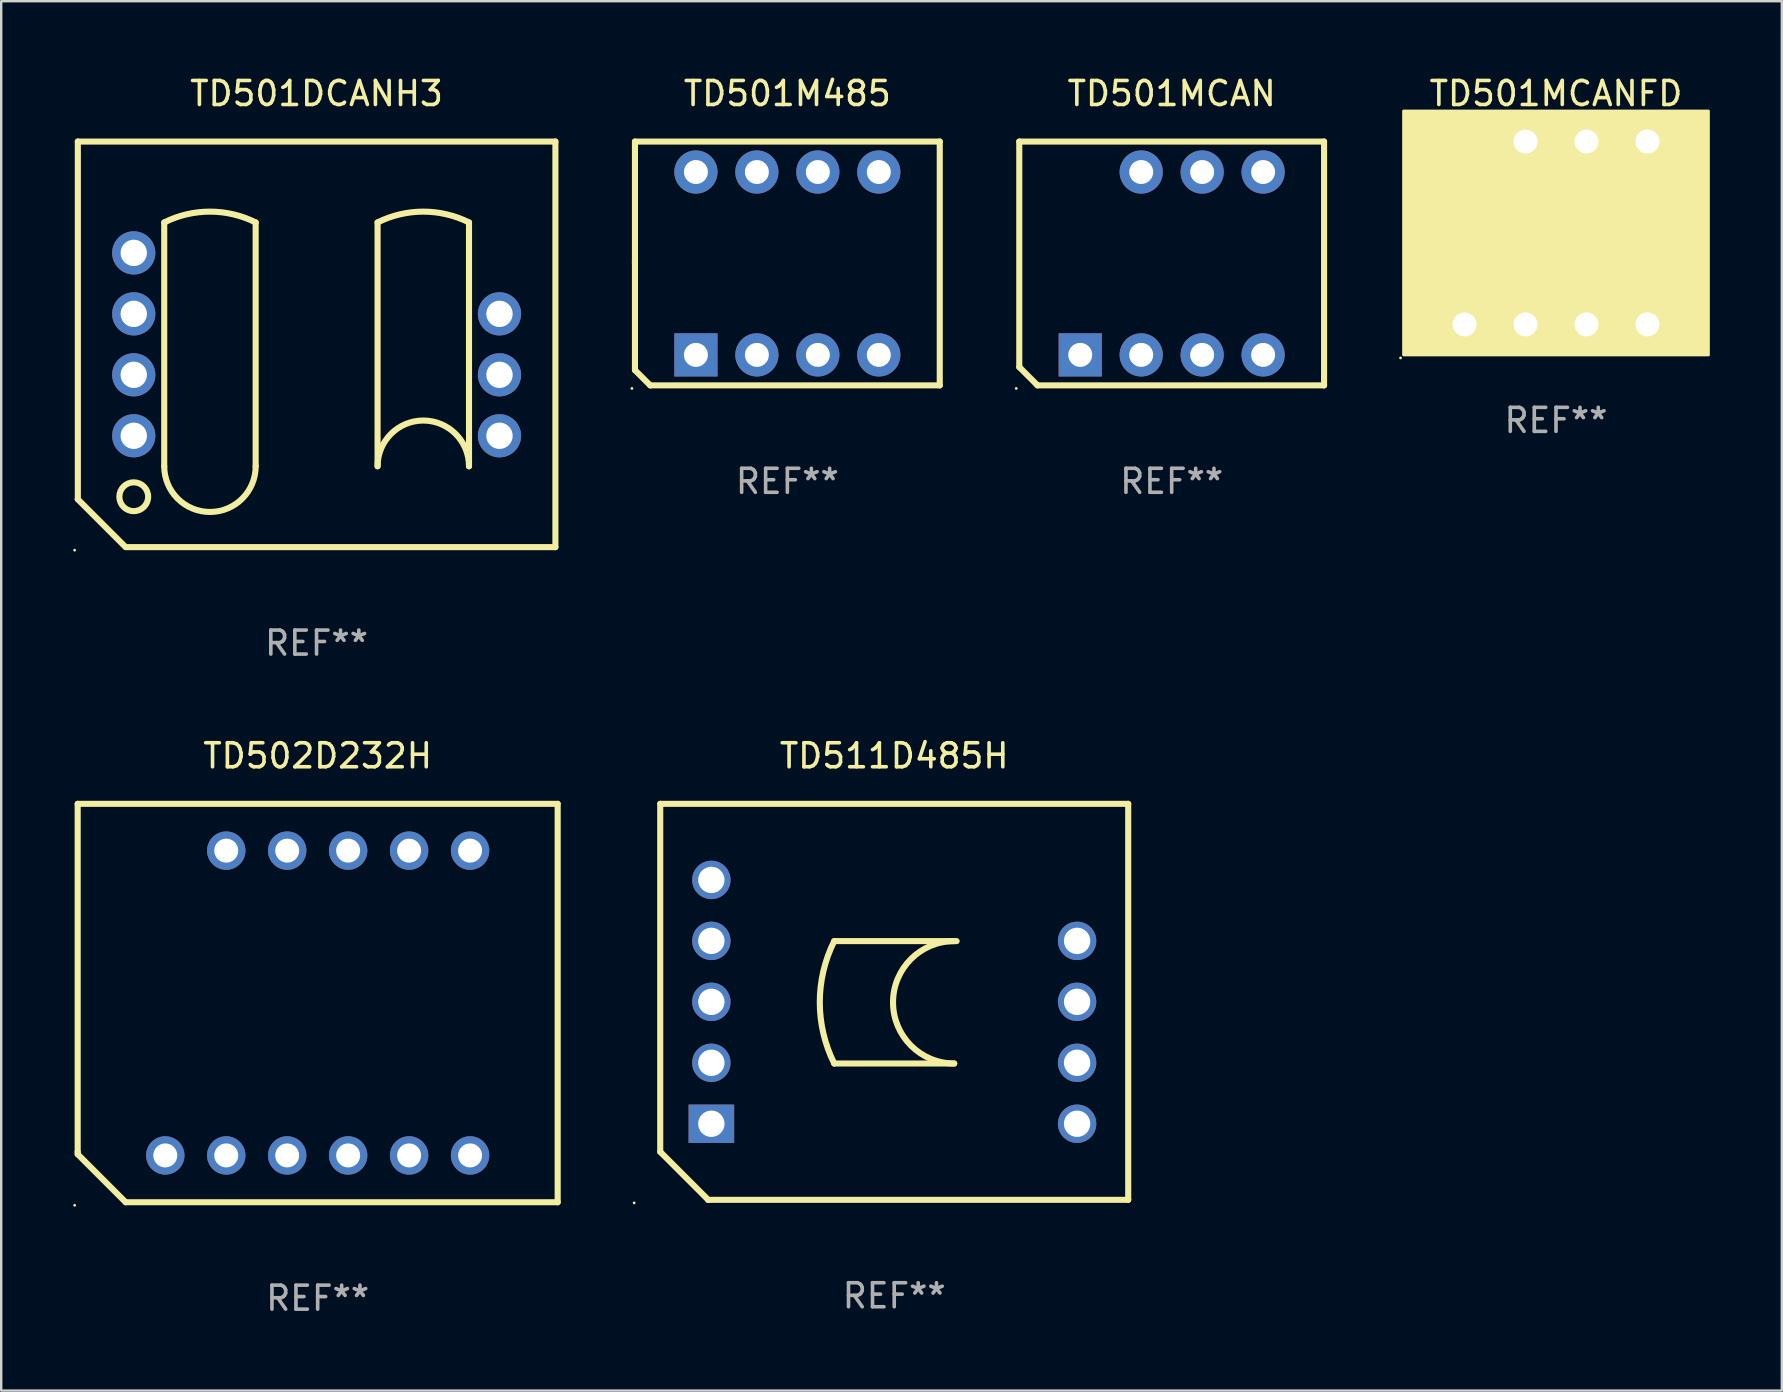
<source format=kicad_pcb>
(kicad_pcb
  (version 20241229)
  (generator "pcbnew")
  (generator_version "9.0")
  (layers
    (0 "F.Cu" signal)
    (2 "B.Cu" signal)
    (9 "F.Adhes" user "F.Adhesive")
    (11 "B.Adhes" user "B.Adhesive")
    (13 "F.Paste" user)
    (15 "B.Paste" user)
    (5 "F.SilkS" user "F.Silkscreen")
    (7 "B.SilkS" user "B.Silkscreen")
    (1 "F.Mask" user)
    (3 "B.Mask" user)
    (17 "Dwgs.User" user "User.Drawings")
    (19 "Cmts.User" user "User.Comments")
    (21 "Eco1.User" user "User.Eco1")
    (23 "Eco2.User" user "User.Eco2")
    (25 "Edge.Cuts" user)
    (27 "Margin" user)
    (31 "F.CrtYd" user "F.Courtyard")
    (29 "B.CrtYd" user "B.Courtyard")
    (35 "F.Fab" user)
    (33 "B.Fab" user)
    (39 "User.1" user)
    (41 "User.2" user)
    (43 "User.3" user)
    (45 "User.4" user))
  (footprint "TD511D485H"
    (layer "F.Cu")
    (at 34.211 38.695)
    (property "Reference" "TD511D485H" (at 0 -10.25 0) (layer "F.SilkS") (effects (font (size 1 1) (thickness 0.15))))
    (attr through_hole)
    (fp_line (start -9.75 -8.25) (end -9.75 6.25) (stroke (width 0.254) (type solid)) (layer "F.SilkS"))
    (fp_line (start -9.75 -8.25) (end 9.75 -8.25) (stroke (width 0.254) (type solid)) (layer "F.SilkS"))
    (fp_line (start -7.75 8.25) (end -9.75 6.25) (stroke (width 0.254) (type solid)) (layer "F.SilkS"))
    (fp_line (start -7.75 8.25) (end -7.75 8.25) (stroke (width 0.254) (type solid)) (layer "F.SilkS"))
    (fp_line (start -7.75 8.25) (end 9.75 8.25) (stroke (width 0.254) (type solid)) (layer "F.SilkS"))
    (fp_line (start -2.5 -2.53) (end 2.6 -2.53) (stroke (width 0.254) (type solid)) (layer "F.SilkS"))
    (fp_line (start -2.5 2.57) (end 2.5 2.57) (stroke (width 0.254) (type solid)) (layer "F.SilkS"))
    (fp_line (start 9.75 -8.25) (end 9.75 8.25) (stroke (width 0.254) (type solid)) (layer "F.SilkS"))
    (fp_arc (start -2.499365 2.570486) (mid -3.101612 0.020319) (end -2.5 -2.529997) (stroke (width 0.254001) (type solid)) (layer "F.SilkS"))
    (fp_arc (start 2.5 2.570003) (mid -0.049276 0.019761) (end 2.500636 -2.529845) (stroke (width 0.254001) (type solid)) (layer "F.SilkS"))
    (fp_circle (center -10.837 8.377) (end -10.807 8.377) (stroke (width 0.06) (type solid)) (fill no) (layer "F.SilkS"))
    (fp_text user "REF**" (at 0 12.25 0) (layer "F.Fab") (effects (font (size 1 1) (thickness 0.15))))
    (pad "1" thru_hole rect (at -7.62 5.08) (size 1.9 1.6) (drill 1.1) (layers "*.Cu" "*.Mask"))
    (pad "2" thru_hole circle (at -7.62 2.54) (size 1.6 1.6) (drill 1.1) (layers "*.Cu" "*.Mask"))
    (pad "3" thru_hole circle (at -7.62 0) (size 1.6 1.6) (drill 1.1) (layers "*.Cu" "*.Mask"))
    (pad "4" thru_hole circle (at -7.62 -2.54) (size 1.6 1.6) (drill 1.1) (layers "*.Cu" "*.Mask"))
    (pad "5" thru_hole circle (at -7.62 -5.08) (size 1.6 1.6) (drill 1.1) (layers "*.Cu" "*.Mask"))
    (pad "7" thru_hole circle (at 7.62 -2.54) (size 1.6 1.6) (drill 1.1) (layers "*.Cu" "*.Mask"))
    (pad "8" thru_hole circle (at 7.62 0) (size 1.6 1.6) (drill 1.1) (layers "*.Cu" "*.Mask"))
    (pad "9" thru_hole circle (at 7.62 2.54) (size 1.6 1.6) (drill 1.1) (layers "*.Cu" "*.Mask"))
    (pad "10" thru_hole circle (at 7.62 5.08) (size 1.6 1.6) (drill 1.1) (layers "*.Cu" "*.Mask")))
  (footprint "TD502D232H"
    (layer "F.Cu")
    (at 10.187 38.745)
    (property "Reference" "TD502D232H" (at 0 -10.3 0) (layer "F.SilkS") (effects (font (size 1 1) (thickness 0.15))))
    (attr through_hole)
    (fp_line (start -10 -8.3) (end -10 6.2) (stroke (width 0.254) (type solid)) (layer "F.SilkS"))
    (fp_line (start -10 -8.3) (end 10 -8.3) (stroke (width 0.254) (type solid)) (layer "F.SilkS"))
    (fp_line (start -10 6.2) (end -10 6.3) (stroke (width 0.254) (type solid)) (layer "F.SilkS"))
    (fp_line (start -10 6.3) (end -8 8.3) (stroke (width 0.254) (type solid)) (layer "F.SilkS"))
    (fp_line (start -8 8.3) (end 10 8.3) (stroke (width 0.254) (type solid)) (layer "F.SilkS"))
    (fp_line (start 10 -8.3) (end 10 8.3) (stroke (width 0.254) (type solid)) (layer "F.SilkS"))
    (fp_circle (center -10.127 8.427) (end -10.097 8.427) (stroke (width 0.06) (type solid)) (fill no) (layer "F.SilkS"))
    (fp_text user "REF**" (at 0 12.3 0) (layer "F.Fab") (effects (font (size 1 1) (thickness 0.15))))
    (pad "1" thru_hole circle (at -6.35 6.35) (size 1.6 1.6) (drill 1) (layers "*.Cu" "*.Mask"))
    (pad "2" thru_hole circle (at -3.81 6.35) (size 1.6 1.6) (drill 1) (layers "*.Cu" "*.Mask"))
    (pad "3" thru_hole circle (at -1.27 6.35) (size 1.6 1.6) (drill 1) (layers "*.Cu" "*.Mask"))
    (pad "4" thru_hole circle (at 1.27 6.35) (size 1.6 1.6) (drill 1) (layers "*.Cu" "*.Mask"))
    (pad "5" thru_hole circle (at 3.81 6.35) (size 1.6 1.6) (drill 1) (layers "*.Cu" "*.Mask"))
    (pad "6" thru_hole circle (at 6.35 6.35) (size 1.6 1.6) (drill 1) (layers "*.Cu" "*.Mask"))
    (pad "7" thru_hole circle (at 6.35 -6.35) (size 1.6 1.6) (drill 1) (layers "*.Cu" "*.Mask"))
    (pad "8" thru_hole circle (at 3.81 -6.35) (size 1.6 1.6) (drill 1) (layers "*.Cu" "*.Mask"))
    (pad "9" thru_hole circle (at 1.27 -6.35) (size 1.6 1.6) (drill 1) (layers "*.Cu" "*.Mask"))
    (pad "10" thru_hole circle (at -1.27 -6.35) (size 1.6 1.6) (drill 1) (layers "*.Cu" "*.Mask"))
    (pad "11" thru_hole circle (at -3.81 -6.35) (size 1.6 1.6) (drill 1) (layers "*.Cu" "*.Mask")))
  (footprint "TD501MCAN"
    (layer "F.Cu")
    (at 45.772 7.928)
    (property "Reference" "TD501MCAN" (at 0 -7.08 0) (layer "F.SilkS") (effects (font (size 1 1) (thickness 0.15))))
    (attr through_hole)
    (fp_line (start -6.35 -5.08) (end 6.35 -5.08) (stroke (width 0.254) (type solid)) (layer "F.SilkS"))
    (fp_line (start -6.35 4.318) (end -6.35 -5.08) (stroke (width 0.254) (type solid)) (layer "F.SilkS"))
    (fp_line (start -5.588 5.08) (end -6.35 4.318) (stroke (width 0.254) (type solid)) (layer "F.SilkS"))
    (fp_line (start 6.35 -5.08) (end 6.35 5.08) (stroke (width 0.254) (type solid)) (layer "F.SilkS"))
    (fp_line (start 6.35 5.08) (end -5.588 5.08) (stroke (width 0.254) (type solid)) (layer "F.SilkS"))
    (fp_circle (center -6.477 5.207) (end -6.447 5.207) (stroke (width 0.06) (type solid)) (fill no) (layer "F.SilkS"))
    (fp_text user "REF**" (at 0 9.08 0) (layer "F.Fab") (effects (font (size 1 1) (thickness 0.15))))
    (pad "1" thru_hole rect (at -3.81 3.81) (size 1.8 1.8) (drill 1) (layers "*.Cu" "*.Mask"))
    (pad "2" thru_hole circle (at -1.27 3.81) (size 1.8 1.8) (drill 1) (layers "*.Cu" "*.Mask"))
    (pad "3" thru_hole circle (at 1.27 3.81) (size 1.8 1.8) (drill 1) (layers "*.Cu" "*.Mask"))
    (pad "4" thru_hole circle (at 3.81 3.81) (size 1.8 1.8) (drill 1) (layers "*.Cu" "*.Mask"))
    (pad "5" thru_hole circle (at 3.81 -3.81) (size 1.8 1.8) (drill 1) (layers "*.Cu" "*.Mask"))
    (pad "6" thru_hole circle (at 1.27 -3.81) (size 1.8 1.8) (drill 1) (layers "*.Cu" "*.Mask"))
    (pad "7" thru_hole circle (at -1.27 -3.81) (size 1.8 1.8) (drill 1) (layers "*.Cu" "*.Mask")))
  (footprint "TD501M485"
    (layer "F.Cu")
    (at 29.758 7.928)
    (property "Reference" "TD501M485" (at 0 -7.08 0) (layer "F.SilkS") (effects (font (size 1 1) (thickness 0.15))))
    (attr through_hole)
    (fp_line (start -6.35 -5.08) (end 6.35 -5.08) (stroke (width 0.254) (type solid)) (layer "F.SilkS"))
    (fp_line (start -6.35 0) (end -6.35 -5.08) (stroke (width 0.254) (type solid)) (layer "F.SilkS"))
    (fp_line (start -6.35 4.445) (end -6.35 -0.167) (stroke (width 0.254) (type solid)) (layer "F.SilkS"))
    (fp_line (start -5.715 5.08) (end -6.35 4.445) (stroke (width 0.254) (type solid)) (layer "F.SilkS"))
    (fp_line (start 6.35 -5.08) (end 6.35 5.08) (stroke (width 0.254) (type solid)) (layer "F.SilkS"))
    (fp_line (start 6.35 5.08) (end -5.715 5.08) (stroke (width 0.254) (type solid)) (layer "F.SilkS"))
    (fp_circle (center -6.477 5.207) (end -6.447 5.207) (stroke (width 0.06) (type solid)) (fill no) (layer "F.SilkS"))
    (fp_text user "REF**" (at 0 9.08 0) (layer "F.Fab") (effects (font (size 1 1) (thickness 0.15))))
    (pad "1" thru_hole rect (at -3.81 3.81) (size 1.8 1.8) (drill 1) (layers "*.Cu" "*.Mask"))
    (pad "2" thru_hole circle (at -1.27 3.81) (size 1.8 1.8) (drill 1) (layers "*.Cu" "*.Mask"))
    (pad "3" thru_hole circle (at 1.27 3.81) (size 1.8 1.8) (drill 1) (layers "*.Cu" "*.Mask"))
    (pad "4" thru_hole circle (at 3.81 3.81) (size 1.8 1.8) (drill 1) (layers "*.Cu" "*.Mask"))
    (pad "5" thru_hole circle (at 3.81 -3.81) (size 1.8 1.8) (drill 1) (layers "*.Cu" "*.Mask"))
    (pad "6" thru_hole circle (at 1.27 -3.81) (size 1.8 1.8) (drill 1) (layers "*.Cu" "*.Mask"))
    (pad "7" thru_hole circle (at -1.27 -3.81) (size 1.8 1.8) (drill 1) (layers "*.Cu" "*.Mask"))
    (pad "8" thru_hole circle (at -3.81 -3.81) (size 1.8 1.8) (drill 1) (layers "*.Cu" "*.Mask")))
  (footprint "TD501MCANFD"
    (layer "F.Cu")
    (at 61.786 6.658)
    (property "Reference" "TD501MCANFD" (at 0 -5.81 0) (layer "F.SilkS") (effects (font (size 1 1) (thickness 0.15))))
    (attr through_hole)
    (fp_circle (center -6.477 5.207) (end -6.447 5.207) (stroke (width 0.06) (type solid)) (fill no) (layer "F.SilkS"))
    (fp_poly (pts (xy -6.35 -5.08) (xy 6.35 -5.08) (xy 6.35 5.08) (xy -6.35 5.08)) (stroke (width 0.12) (type solid)) (fill yes) (layer "F.SilkS"))
    (fp_text user "REF**" (at 0 7.81 0) (layer "F.Fab") (effects (font (size 1 1) (thickness 0.15))))
    (pad "1" thru_hole circle (at -3.81 3.81) (size 1.524 1.524) (drill 1) (layers "*.Cu" "*.Mask"))
    (pad "2" thru_hole circle (at -1.27 3.81) (size 1.524 1.524) (drill 1) (layers "*.Cu" "*.Mask"))
    (pad "3" thru_hole circle (at 1.27 3.81) (size 1.524 1.524) (drill 1) (layers "*.Cu" "*.Mask"))
    (pad "4" thru_hole circle (at 3.81 3.81) (size 1.524 1.524) (drill 1) (layers "*.Cu" "*.Mask"))
    (pad "5" thru_hole circle (at 3.81 -3.81) (size 1.524 1.524) (drill 1) (layers "*.Cu" "*.Mask"))
    (pad "6" thru_hole circle (at 1.27 -3.81) (size 1.524 1.524) (drill 1) (layers "*.Cu" "*.Mask"))
    (pad "7" thru_hole circle (at -1.27 -3.81) (size 1.524 1.524) (drill 1) (layers "*.Cu" "*.Mask")))
  (footprint "TD501DCANH3"
    (layer "F.Cu")
    (at 10.14 11.298)
    (property "Reference" "TD501DCANH3" (at 0 -10.45 0) (layer "F.SilkS") (effects (font (size 1 1) (thickness 0.15))))
    (attr through_hole)
    (fp_line (start -9.953 6.452) (end -7.972 8.433) (stroke (width 0.254) (type solid)) (layer "F.SilkS"))
    (fp_line (start -9.947 -8.45) (end -9.947 6.45) (stroke (width 0.254) (type solid)) (layer "F.SilkS"))
    (fp_line (start -9.947 -8.45) (end 9.953 -8.45) (stroke (width 0.254) (type solid)) (layer "F.SilkS"))
    (fp_line (start -7.947 8.45) (end 9.953 8.45) (stroke (width 0.254) (type solid)) (layer "F.SilkS"))
    (fp_line (start -6.347 -5.08) (end -6.347 5.08) (stroke (width 0.254) (type solid)) (layer "F.SilkS"))
    (fp_line (start -2.537 -5.08) (end -2.537 5.08) (stroke (width 0.254) (type solid)) (layer "F.SilkS"))
    (fp_line (start 2.543 -5.08) (end 2.543 5.08) (stroke (width 0.254) (type solid)) (layer "F.SilkS"))
    (fp_line (start 6.353 -5.08) (end 6.353 5.08) (stroke (width 0.254) (type solid)) (layer "F.SilkS"))
    (fp_line (start 9.953 -8.45) (end 9.953 8.45) (stroke (width 0.254) (type solid)) (layer "F.SilkS"))
    (fp_arc (start -6.346584 -5.08001) (mid -4.44158 -5.529721) (end -2.536577 -5.08001) (stroke (width 0.254001) (type solid)) (layer "F.SilkS"))
    (fp_arc (start -2.536576 5.08001) (mid -4.44158 6.985014) (end -6.346584 5.08001) (stroke (width 0.254001) (type solid)) (layer "F.SilkS"))
    (fp_arc (start 2.543434 -5.08001) (mid 4.448438 -5.529721) (end 6.353441 -5.08001) (stroke (width 0.254001) (type solid)) (layer "F.SilkS"))
    (fp_arc (start 2.543434 5.08001) (mid 4.448438 3.175006) (end 6.353442 5.08001) (stroke (width 0.254001) (type solid)) (layer "F.SilkS"))
    (fp_circle (center -10.08 8.577) (end -10.05 8.577) (stroke (width 0.06) (type solid)) (fill no) (layer "F.SilkS"))
    (fp_circle (center -7.617 6.35) (end -7.017 6.35) (stroke (width 0.254) (type solid)) (fill no) (layer "F.SilkS"))
    (fp_text user "REF**" (at 0 12.45 0) (layer "F.Fab") (effects (font (size 1 1) (thickness 0.15))))
    (pad "1" thru_hole circle (at -7.617 3.81) (size 1.8 1.8) (drill 1.1) (layers "*.Cu" "*.Mask"))
    (pad "2" thru_hole circle (at -7.617 1.27) (size 1.8 1.8) (drill 1.1) (layers "*.Cu" "*.Mask"))
    (pad "3" thru_hole circle (at -7.617 -1.27) (size 1.8 1.8) (drill 1.1) (layers "*.Cu" "*.Mask"))
    (pad "4" thru_hole circle (at -7.617 -3.81) (size 1.8 1.8) (drill 1.1) (layers "*.Cu" "*.Mask"))
    (pad "6" thru_hole circle (at 7.623 -1.27) (size 1.8 1.8) (drill 1.1) (layers "*.Cu" "*.Mask"))
    (pad "7" thru_hole circle (at 7.623 1.27) (size 1.8 1.8) (drill 1.1) (layers "*.Cu" "*.Mask"))
    (pad "8" thru_hole circle (at 7.623 3.81) (size 1.8 1.8) (drill 1.1) (layers "*.Cu" "*.Mask")))
  (gr_rect
    (start -3 -3)
    (end 71.196 54.893)
    (stroke (width 0.1) (type default))
    (fill no)
    (layer "Edge.Cuts")))
</source>
